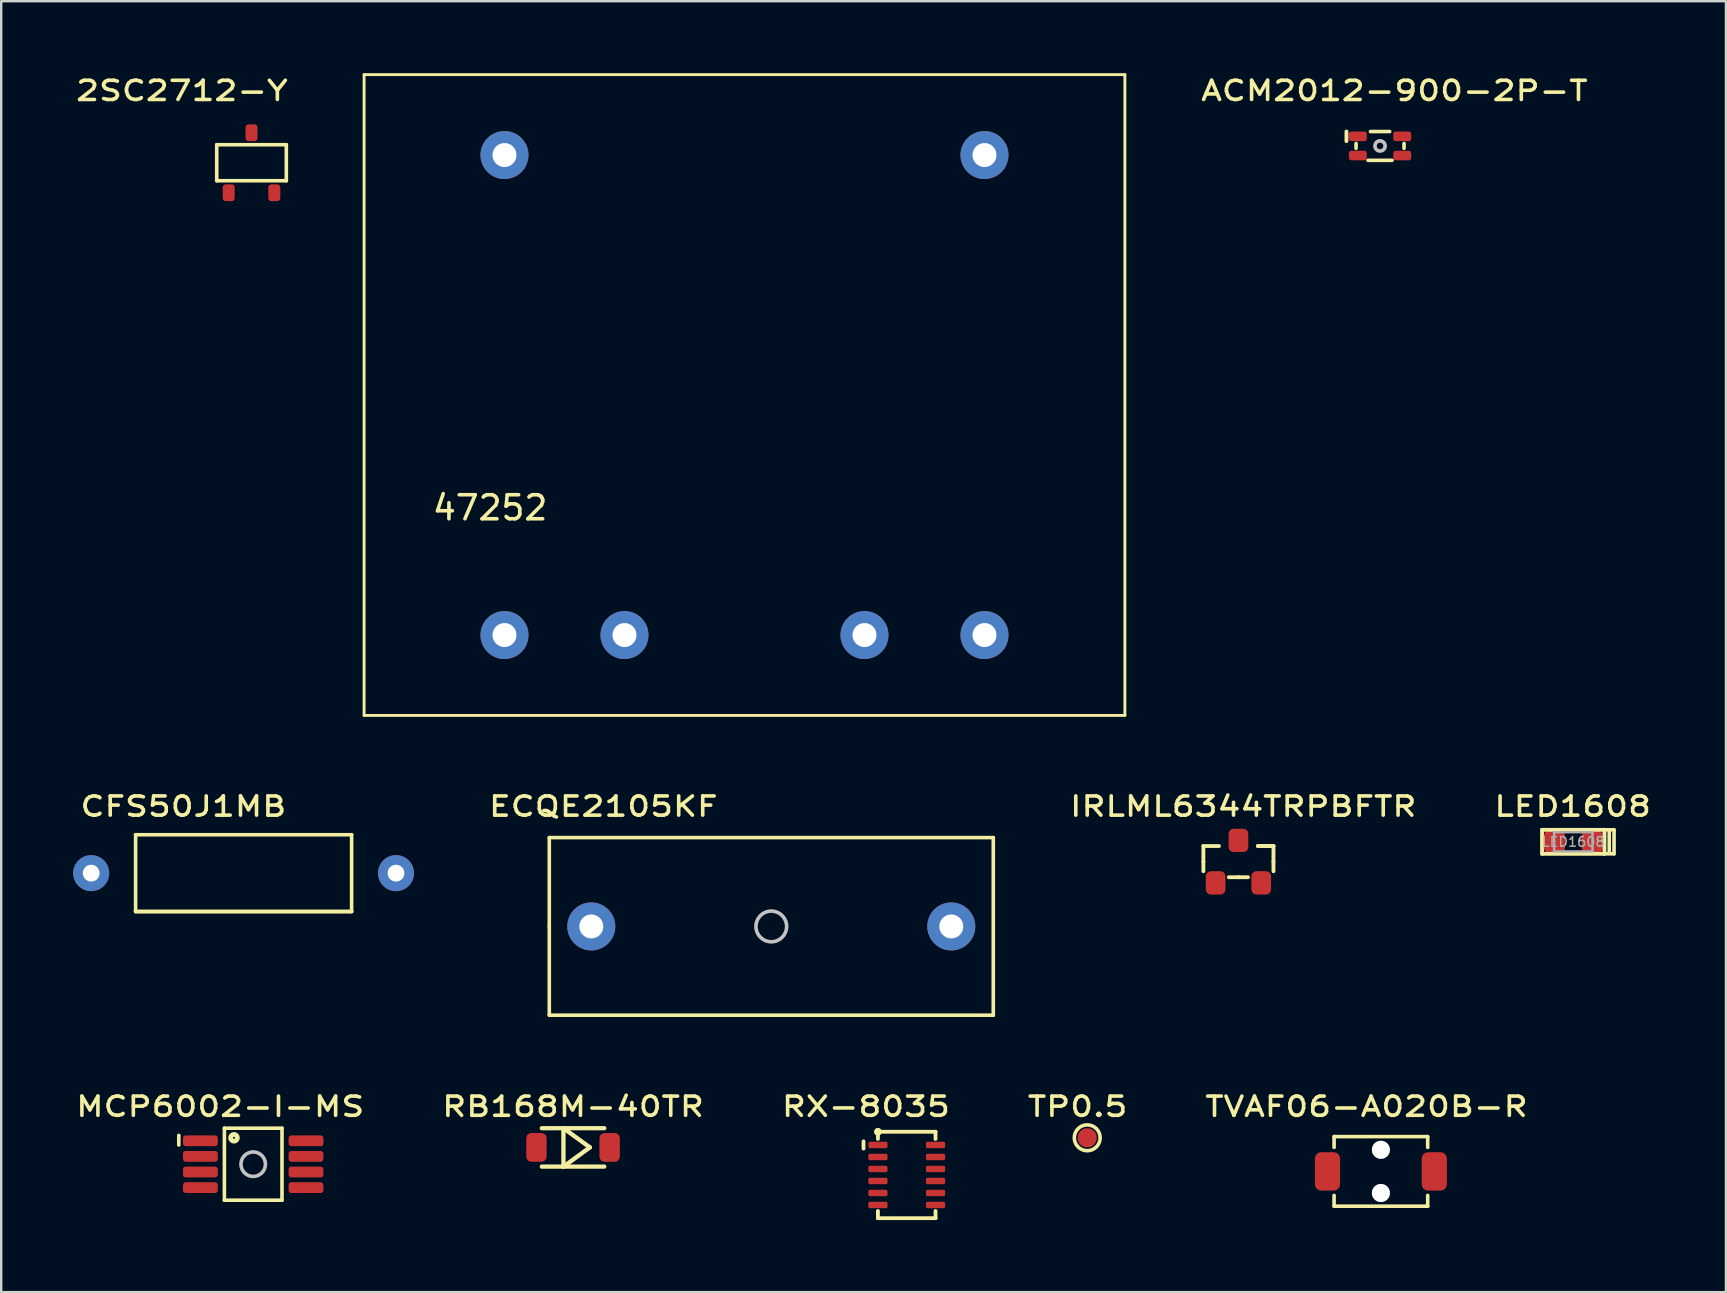
<source format=kicad_pcb>
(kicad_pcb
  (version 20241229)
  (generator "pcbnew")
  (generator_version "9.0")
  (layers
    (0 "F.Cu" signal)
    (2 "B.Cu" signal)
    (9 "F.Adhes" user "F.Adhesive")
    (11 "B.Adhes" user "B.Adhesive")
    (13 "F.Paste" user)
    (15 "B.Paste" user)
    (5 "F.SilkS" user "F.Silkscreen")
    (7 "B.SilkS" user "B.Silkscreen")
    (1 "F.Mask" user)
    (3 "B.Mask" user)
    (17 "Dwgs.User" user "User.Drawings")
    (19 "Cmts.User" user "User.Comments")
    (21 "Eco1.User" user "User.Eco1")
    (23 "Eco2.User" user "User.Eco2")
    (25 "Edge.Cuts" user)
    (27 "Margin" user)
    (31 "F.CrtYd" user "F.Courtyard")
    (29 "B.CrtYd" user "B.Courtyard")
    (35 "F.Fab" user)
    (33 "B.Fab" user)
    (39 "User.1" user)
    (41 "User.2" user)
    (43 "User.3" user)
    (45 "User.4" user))
  (footprint "RX-8035"
    (layer "F.Cu")
    (at 34.73 45.907)
    (property "Reference" "RX-8035" (at -1.7 -2.85 0) (layer "F.SilkS") (effects (font (size 0.8 1) (thickness 0.15))))
    (attr through_hole)
    (fp_line (start -1.8 -1.4) (end -1.8 -1.1) (stroke (width 0.16) (type solid)) (layer "F.SilkS"))
    (fp_line (start -1.2 -1.8) (end -1.2 -1.5) (stroke (width 0.16) (type solid)) (layer "F.SilkS"))
    (fp_line (start -1.2 -1.8) (end 1.2 -1.8) (stroke (width 0.16) (type solid)) (layer "F.SilkS"))
    (fp_line (start -1.2 1.8) (end -1.2 1.5) (stroke (width 0.16) (type solid)) (layer "F.SilkS"))
    (fp_line (start 1.2 -1.8) (end 1.2 -1.5) (stroke (width 0.16) (type solid)) (layer "F.SilkS"))
    (fp_line (start 1.2 1.8) (end -1.2 1.8) (stroke (width 0.16) (type solid)) (layer "F.SilkS"))
    (fp_line (start 1.2 1.8) (end 1.2 1.5) (stroke (width 0.16) (type solid)) (layer "F.SilkS"))
    (fp_circle (center -1.2 -1.8) (end -1.2 -1.716) (stroke (width 0.16) (type solid)) (fill no) (layer "F.SilkS"))
    (pad "1" smd roundrect (at -1.2 -1.25 180) (size 0.8 0.27) (layers "F.Cu" "F.Mask" "F.Paste") (roundrect_rratio 0.25))
    (pad "2" smd roundrect (at -1.2 -0.75 180) (size 0.8 0.27) (layers "F.Cu" "F.Mask" "F.Paste") (roundrect_rratio 0.25))
    (pad "3" smd roundrect (at -1.2 -0.25 180) (size 0.8 0.27) (layers "F.Cu" "F.Mask" "F.Paste") (roundrect_rratio 0.25))
    (pad "4" smd roundrect (at -1.2 0.25 180) (size 0.8 0.27) (layers "F.Cu" "F.Mask" "F.Paste") (roundrect_rratio 0.25))
    (pad "5" smd roundrect (at -1.2 0.75 180) (size 0.8 0.27) (layers "F.Cu" "F.Mask" "F.Paste") (roundrect_rratio 0.25))
    (pad "6" smd roundrect (at -1.2 1.25 180) (size 0.8 0.27) (layers "F.Cu" "F.Mask" "F.Paste") (roundrect_rratio 0.25))
    (pad "7" smd roundrect (at 1.2 1.25 180) (size 0.8 0.27) (layers "F.Cu" "F.Mask" "F.Paste") (roundrect_rratio 0.25))
    (pad "8" smd roundrect (at 1.2 0.75 180) (size 0.8 0.27) (layers "F.Cu" "F.Mask" "F.Paste") (roundrect_rratio 0.25))
    (pad "9" smd roundrect (at 1.2 0.25 180) (size 0.8 0.27) (layers "F.Cu" "F.Mask" "F.Paste") (roundrect_rratio 0.25))
    (pad "10" smd roundrect (at 1.2 -0.25 180) (size 0.8 0.27) (layers "F.Cu" "F.Mask" "F.Paste") (roundrect_rratio 0.25))
    (pad "11" smd roundrect (at 1.2 -0.75 180) (size 0.8 0.27) (layers "F.Cu" "F.Mask" "F.Paste") (roundrect_rratio 0.25))
    (pad "12" smd roundrect (at 1.2 -1.25 180) (size 0.8 0.27) (layers "F.Cu" "F.Mask" "F.Paste") (roundrect_rratio 0.25)))
  (footprint "MCP6002-I-MS"
    (layer "F.Cu")
    (at 7.5 45.458)
    (property "Reference" "MCP6002-I-MS" (at -1.375 -2.4 0) (layer "F.SilkS") (effects (font (size 0.8 1) (thickness 0.15))))
    (attr through_hole)
    (fp_line (start -3.1 -1.2) (end -3.1 -0.8) (stroke (width 0.15) (type solid)) (layer "F.SilkS"))
    (fp_line (start -1.2 -1.5) (end 1.2 -1.5) (stroke (width 0.15) (type solid)) (layer "F.SilkS"))
    (fp_line (start -1.2 1.5) (end -1.2 -1.5) (stroke (width 0.15) (type solid)) (layer "F.SilkS"))
    (fp_line (start 1.2 -1.5) (end 1.2 1.5) (stroke (width 0.15) (type solid)) (layer "F.SilkS"))
    (fp_line (start 1.2 1.5) (end -1.2 1.5) (stroke (width 0.15) (type solid)) (layer "F.SilkS"))
    (fp_circle (center -0.8 -1.1) (end -0.8 -0.959) (stroke (width 0.2) (type solid)) (fill no) (layer "F.SilkS"))
    (fp_circle (center 0 0) (end 0 0.51) (stroke (width 0.15) (type solid)) (fill no) (layer "Dwgs.User"))
    (pad "1" smd roundrect (at -2.2 -0.975 270) (size 0.45 1.45) (layers "F.Cu" "F.Mask" "F.Paste") (roundrect_rratio 0.25))
    (pad "2" smd roundrect (at -2.2 -0.325 270) (size 0.45 1.45) (layers "F.Cu" "F.Mask" "F.Paste") (roundrect_rratio 0.25))
    (pad "3" smd roundrect (at -2.2 0.325 270) (size 0.45 1.45) (layers "F.Cu" "F.Mask" "F.Paste") (roundrect_rratio 0.25))
    (pad "4" smd roundrect (at -2.2 0.975 270) (size 0.45 1.45) (layers "F.Cu" "F.Mask" "F.Paste") (roundrect_rratio 0.25))
    (pad "5" smd roundrect (at 2.2 0.975 270) (size 0.45 1.45) (layers "F.Cu" "F.Mask" "F.Paste") (roundrect_rratio 0.25))
    (pad "6" smd roundrect (at 2.2 0.325 270) (size 0.45 1.45) (layers "F.Cu" "F.Mask" "F.Paste") (roundrect_rratio 0.25))
    (pad "7" smd roundrect (at 2.2 -0.325 270) (size 0.45 1.45) (layers "F.Cu" "F.Mask" "F.Paste") (roundrect_rratio 0.25))
    (pad "8" smd roundrect (at 2.2 -0.975 270) (size 0.45 1.45) (layers "F.Cu" "F.Mask" "F.Paste") (roundrect_rratio 0.25)))
  (footprint "ACM2012-900-2P-T"
    (layer "F.Cu")
    (at 54.452 3.031)
    (property "Reference" "ACM2012-900-2P-T" (at 0.6 -2.3 0) (layer "F.SilkS") (effects (font (size 0.8 1) (thickness 0.15))))
    (attr through_hole)
    (fp_line (start -1.4 -0.6) (end -1.4 -0.2) (stroke (width 0.16) (type solid)) (layer "F.SilkS"))
    (fp_line (start -1 -0.1) (end -1 0.1) (stroke (width 0.15) (type solid)) (layer "F.SilkS"))
    (fp_line (start -0.5 0.6) (end 0.5 0.6) (stroke (width 0.15) (type solid)) (layer "F.SilkS"))
    (fp_line (start -0.4 -0.6) (end 0.4 -0.6) (stroke (width 0.15) (type solid)) (layer "F.SilkS"))
    (fp_line (start 1 -0.1) (end 1 0.1) (stroke (width 0.15) (type solid)) (layer "F.SilkS"))
    (fp_circle (center 0 0) (end 0 0.212) (stroke (width 0.15) (type solid)) (fill no) (layer "Dwgs.User"))
    (pad "1" smd roundrect (at -0.925 -0.4 270) (size 0.4 0.75) (layers "F.Cu" "F.Mask" "F.Paste") (roundrect_rratio 0.25))
    (pad "2" smd roundrect (at 0.925 -0.4 270) (size 0.4 0.75) (layers "F.Cu" "F.Mask" "F.Paste") (roundrect_rratio 0.25))
    (pad "3" smd roundrect (at -0.925 0.4 270) (size 0.4 0.75) (layers "F.Cu" "F.Mask" "F.Paste") (roundrect_rratio 0.25))
    (pad "4" smd roundrect (at 0.925 0.4 270) (size 0.4 0.75) (layers "F.Cu" "F.Mask" "F.Paste") (roundrect_rratio 0.25)))
  (footprint "TVAF06-A020B-R"
    (layer "F.Cu")
    (at 54.487 45.758)
    (property "Reference" "TVAF06-A020B-R" (at -0.6 -2.7 0) (layer "F.SilkS") (effects (font (size 0.8 1) (thickness 0.15))))
    (attr through_hole)
    (fp_line (start -1.95 -1.45) (end -1.95 -1) (stroke (width 0.15) (type solid)) (layer "F.SilkS"))
    (fp_line (start -1.95 -1.45) (end 1.95 -1.45) (stroke (width 0.15) (type solid)) (layer "F.SilkS"))
    (fp_line (start -1.95 1.45) (end -1.95 1) (stroke (width 0.15) (type solid)) (layer "F.SilkS"))
    (fp_line (start 1.95 -1.45) (end 1.95 -1) (stroke (width 0.15) (type solid)) (layer "F.SilkS"))
    (fp_line (start 1.95 1.45) (end -1.95 1.45) (stroke (width 0.15) (type solid)) (layer "F.SilkS"))
    (fp_line (start 1.95 1.45) (end 1.95 1) (stroke (width 0.15) (type solid)) (layer "F.SilkS"))
    (pad "" thru_hole circle (at 0 -0.9 90) (size 0.75 0.75) (drill 0.75) (layers "*.Cu" "*.Mask"))
    (pad "" thru_hole circle (at 0 0.9 90) (size 0.75 0.75) (drill 0.75) (layers "*.Cu" "*.Mask"))
    (pad "1" smd roundrect (at -2.225 0 90) (size 1.6 1.05) (layers "F.Cu" "F.Mask" "F.Paste") (roundrect_rratio 0.25))
    (pad "2" smd roundrect (at 2.225 0 90) (size 1.6 1.05) (layers "F.Cu" "F.Mask" "F.Paste") (roundrect_rratio 0.25)))
  (footprint "IRLML6344TRPBFTR"
    (layer "F.Cu")
    (at 48.551 32.851)
    (property "Reference" "IRLML6344TRPBFTR" (at 0.2 -2.3 0) (layer "F.SilkS") (effects (font (size 0.8 1) (thickness 0.15))))
    (attr through_hole)
    (fp_line (start -1.46 -0.65) (end -1.46 0) (stroke (width 0.16) (type solid)) (layer "F.SilkS"))
    (fp_line (start -1.46 -0.65) (end -0.81 -0.65) (stroke (width 0.16) (type solid)) (layer "F.SilkS"))
    (fp_line (start -1.46 0) (end -1.46 0.4) (stroke (width 0.16) (type solid)) (layer "F.SilkS"))
    (fp_line (start 0 0.65) (end -0.4 0.65) (stroke (width 0.16) (type solid)) (layer "F.SilkS"))
    (fp_line (start 0 0.65) (end 0.4 0.65) (stroke (width 0.16) (type solid)) (layer "F.SilkS"))
    (fp_line (start 0.81 -0.65) (end 1.46 -0.65) (stroke (width 0.16) (type solid)) (layer "F.SilkS"))
    (fp_line (start 1.46 -0.65) (end 0.81 -0.65) (stroke (width 0.16) (type solid)) (layer "F.SilkS"))
    (fp_line (start 1.46 -0.65) (end 1.46 0) (stroke (width 0.16) (type solid)) (layer "F.SilkS"))
    (fp_line (start 1.46 0) (end 1.46 0.4) (stroke (width 0.16) (type solid)) (layer "F.SilkS"))
    (pad "1" smd roundrect (at 0 -0.885 270) (size 0.97 0.82) (layers "F.Cu" "F.Mask" "F.Paste") (roundrect_rratio 0.25))
    (pad "2" smd roundrect (at -0.95 0.885 270) (size 0.97 0.82) (layers "F.Cu" "F.Mask" "F.Paste") (roundrect_rratio 0.25))
    (pad "3" smd roundrect (at 0.95 0.885 270) (size 0.97 0.82) (layers "F.Cu" "F.Mask" "F.Paste") (roundrect_rratio 0.25)))
  (footprint "47252"
    (layer "F.Cu")
    (at 27.97 13.41)
    (property "Reference" "47252" (at -10.6 4.7 0) (layer "F.SilkS") (effects (font (size 1 1) (thickness 0.15))))
    (attr through_hole)
    (fp_line (start -15.85 -13.35) (end 15.85 -13.35) (stroke (width 0.12) (type solid)) (layer "F.SilkS"))
    (fp_line (start -15.85 13.35) (end -15.85 -13.35) (stroke (width 0.12) (type solid)) (layer "F.SilkS"))
    (fp_line (start -15.85 13.35) (end 15.85 13.35) (stroke (width 0.12) (type solid)) (layer "F.SilkS"))
    (fp_line (start 15.85 13.35) (end 15.85 -13.35) (stroke (width 0.12) (type solid)) (layer "F.SilkS"))
    (fp_circle (center 0 0) (end 0.4 0.2) (stroke (width 0.12) (type solid)) (fill no) (layer "Eco1.User"))
    (pad "1" thru_hole circle (at -10 -10 180) (size 2 2) (drill 1) (layers "*.Cu" "*.Mask"))
    (pad "5" thru_hole circle (at 10 -10 180) (size 2 2) (drill 1) (layers "*.Cu" "*.Mask"))
    (pad "6" thru_hole circle (at 10 10 180) (size 2 2) (drill 1) (layers "*.Cu" "*.Mask"))
    (pad "7" thru_hole circle (at 5 10 180) (size 2 2) (drill 1) (layers "*.Cu" "*.Mask"))
    (pad "9" thru_hole circle (at -5 10 180) (size 2 2) (drill 1) (layers "*.Cu" "*.Mask"))
    (pad "10" thru_hole circle (at -10 10 180) (size 2 2) (drill 1) (layers "*.Cu" "*.Mask")))
  (footprint "LED1608"
    (layer "F.Cu")
    (at 62.502 32.026)
    (property "Reference" "LED1608" (at -0.025 -1.475 0) (layer "F.SilkS") (effects (font (size 0.8 1) (thickness 0.15))))
    (attr through_hole)
    (fp_line (start -1.3 -0.5) (end 1.3 -0.5) (stroke (width 0.16) (type solid)) (layer "F.SilkS"))
    (fp_line (start -1.3 0.5) (end -1.3 -0.5) (stroke (width 0.16) (type solid)) (layer "F.SilkS"))
    (fp_line (start 1.3 -0.5) (end 1.7 -0.5) (stroke (width 0.15) (type solid)) (layer "F.SilkS"))
    (fp_line (start 1.3 0.5) (end -1.3 0.5) (stroke (width 0.16) (type solid)) (layer "F.SilkS"))
    (fp_line (start 1.3 0.5) (end 1.3 -0.5) (stroke (width 0.16) (type solid)) (layer "F.SilkS"))
    (fp_line (start 1.5 -0.5) (end 1.5 0.4) (stroke (width 0.15) (type solid)) (layer "F.SilkS"))
    (fp_line (start 1.7 -0.5) (end 1.7 0.5) (stroke (width 0.15) (type solid)) (layer "F.SilkS"))
    (fp_line (start 1.7 0.5) (end 1.3 0.5) (stroke (width 0.15) (type solid)) (layer "F.SilkS"))
    (fp_line (start -0.8 -0.4) (end 0.8 -0.4) (stroke (width 0.1) (type solid)) (layer "F.Fab"))
    (fp_line (start -0.8 0.4) (end -0.8 -0.4) (stroke (width 0.1) (type solid)) (layer "F.Fab"))
    (fp_line (start 0.8 -0.4) (end 0.8 0.4) (stroke (width 0.1) (type solid)) (layer "F.Fab"))
    (fp_line (start 0.8 0.4) (end -0.8 0.4) (stroke (width 0.1) (type solid)) (layer "F.Fab"))
    (fp_text user "${REFERENCE}" (at 0 0 0) (layer "F.Fab") (effects (font (size 0.4 0.4) (thickness 0.06))))
    (pad "1" smd roundrect (at 0.787 0) (size 0.875 0.95) (layers "F.Cu" "F.Mask" "F.Paste") (roundrect_rratio 0.25))
    (pad "2" smd roundrect (at -0.787 0) (size 0.875 0.95) (layers "F.Cu" "F.Mask" "F.Paste") (roundrect_rratio 0.25)))
  (footprint "2SC2712-Y"
    (layer "F.Cu")
    (at 7.43 3.731)
    (property "Reference" "2SC2712-Y" (at -2.9 -3 0) (layer "F.SilkS") (effects (font (size 0.8 1) (thickness 0.15))))
    (attr through_hole)
    (fp_line (start -1.45 -0.75) (end 1.45 -0.75) (stroke (width 0.15) (type solid)) (layer "F.SilkS"))
    (fp_line (start -1.45 0.75) (end -1.45 -0.75) (stroke (width 0.15) (type solid)) (layer "F.SilkS"))
    (fp_line (start 1.45 -0.75) (end 1.45 0.75) (stroke (width 0.15) (type solid)) (layer "F.SilkS"))
    (fp_line (start 1.45 0.75) (end -1.45 0.75) (stroke (width 0.15) (type solid)) (layer "F.SilkS"))
    (pad "1" smd roundrect (at -0.95 1.25) (size 0.5 0.7) (layers "F.Cu" "F.Mask" "F.Paste") (roundrect_rratio 0.25))
    (pad "2" smd roundrect (at 0.95 1.25) (size 0.5 0.7) (layers "F.Cu" "F.Mask" "F.Paste") (roundrect_rratio 0.25))
    (pad "3" smd roundrect (at 0 -1.25) (size 0.5 0.7) (layers "F.Cu" "F.Mask" "F.Paste") (roundrect_rratio 0.25)))
  (footprint "CFS50J1MB"
    (layer "F.Cu")
    (at 7.1 33.331)
    (property "Reference" "CFS50J1MB" (at -2.51 -2.78 0) (layer "F.SilkS") (effects (font (size 0.8 1) (thickness 0.15))))
    (attr through_hole)
    (fp_line (start -4.5 -1.6) (end -4.5 1.6) (stroke (width 0.15) (type solid)) (layer "F.SilkS"))
    (fp_line (start -4.5 -1.6) (end 4.5 -1.6) (stroke (width 0.15) (type solid)) (layer "F.SilkS"))
    (fp_line (start -4.5 1.6) (end 4.5 1.6) (stroke (width 0.15) (type solid)) (layer "F.SilkS"))
    (fp_line (start 4.5 1.6) (end -4.5 1.6) (stroke (width 0.15) (type solid)) (layer "F.SilkS"))
    (fp_line (start 4.5 1.6) (end 4.5 -1.6) (stroke (width 0.15) (type solid)) (layer "F.SilkS"))
    (pad "1" thru_hole circle (at -6.35 0) (size 1.5 1.5) (drill 0.7) (layers "*.Cu" "*.Mask"))
    (pad "2" thru_hole circle (at 6.35 0) (size 1.5 1.5) (drill 0.7) (layers "*.Cu" "*.Mask")))
  (footprint "ECQE2105KF"
    (layer "F.Cu")
    (at 29.087 35.551)
    (property "Reference" "ECQE2105KF" (at -7 -5 0) (layer "F.SilkS") (effects (font (size 0.8 1) (thickness 0.15))))
    (attr through_hole)
    (fp_line (start -9.25 -3.7) (end 9.25 -3.7) (stroke (width 0.15) (type solid)) (layer "F.SilkS"))
    (fp_line (start -9.25 0) (end -9.25 -3.7) (stroke (width 0.15) (type solid)) (layer "F.SilkS"))
    (fp_line (start -9.25 3.7) (end -9.25 0) (stroke (width 0.15) (type solid)) (layer "F.SilkS"))
    (fp_line (start 9.25 -3.7) (end 9.25 3.7) (stroke (width 0.15) (type solid)) (layer "F.SilkS"))
    (fp_line (start 9.25 3.7) (end -9.25 3.7) (stroke (width 0.15) (type solid)) (layer "F.SilkS"))
    (fp_circle (center 0 0) (end 0.64 0) (stroke (width 0.15) (type solid)) (fill no) (layer "Dwgs.User"))
    (pad "1" thru_hole circle (at -7.5 0) (size 2 2) (drill 1) (layers "*.Cu" "*.Mask"))
    (pad "2" thru_hole circle (at 7.5 0) (size 2 2) (drill 1) (layers "*.Cu" "*.Mask")))
  (footprint "TP0.5"
    (layer "F.Cu")
    (at 42.251 44.358)
    (property "Reference" "TP0.5" (at -0.4 -1.3 0) (layer "F.SilkS") (effects (font (size 0.8 1) (thickness 0.15))))
    (attr through_hole)
    (fp_circle (center 0 0) (end 0.5 0.2) (stroke (width 0.15) (type solid)) (fill no) (layer "F.SilkS"))
    (pad "1" smd circle (at 0 0) (size 0.8 0.8) (layers "F.Cu" "F.Mask" "F.Paste")))
  (footprint "RB168M-40TR"
    (layer "F.Cu")
    (at 20.827 44.758)
    (property "Reference" "RB168M-40TR" (at 0 -1.7 0) (layer "F.SilkS") (effects (font (size 0.8 1) (thickness 0.15))))
    (attr through_hole)
    (fp_line (start -1.3 -0.8) (end 1.3 -0.8) (stroke (width 0.18) (type solid)) (layer "F.SilkS"))
    (fp_line (start -1.3 0.8) (end 1.3 0.8) (stroke (width 0.18) (type solid)) (layer "F.SilkS"))
    (fp_line (start -0.4 -0.8) (end -0.4 0.8) (stroke (width 0.18) (type solid)) (layer "F.SilkS"))
    (fp_line (start -0.4 0.8) (end 0.7 0) (stroke (width 0.18) (type solid)) (layer "F.SilkS"))
    (fp_line (start 0.7 0) (end -0.4 -0.8) (stroke (width 0.18) (type solid)) (layer "F.SilkS"))
    (pad "A" smd roundrect (at -1.525 0 90) (size 1.2 0.85) (layers "F.Cu" "F.Mask" "F.Paste") (roundrect_rratio 0.25))
    (pad "K" smd roundrect (at 1.525 0 270) (size 1.2 0.85) (layers "F.Cu" "F.Mask" "F.Paste") (roundrect_rratio 0.25)))
  (gr_rect
    (start -3 -3)
    (end 68.864 50.788)
    (stroke (width 0.1) (type default))
    (fill no)
    (layer "Edge.Cuts")))
</source>
